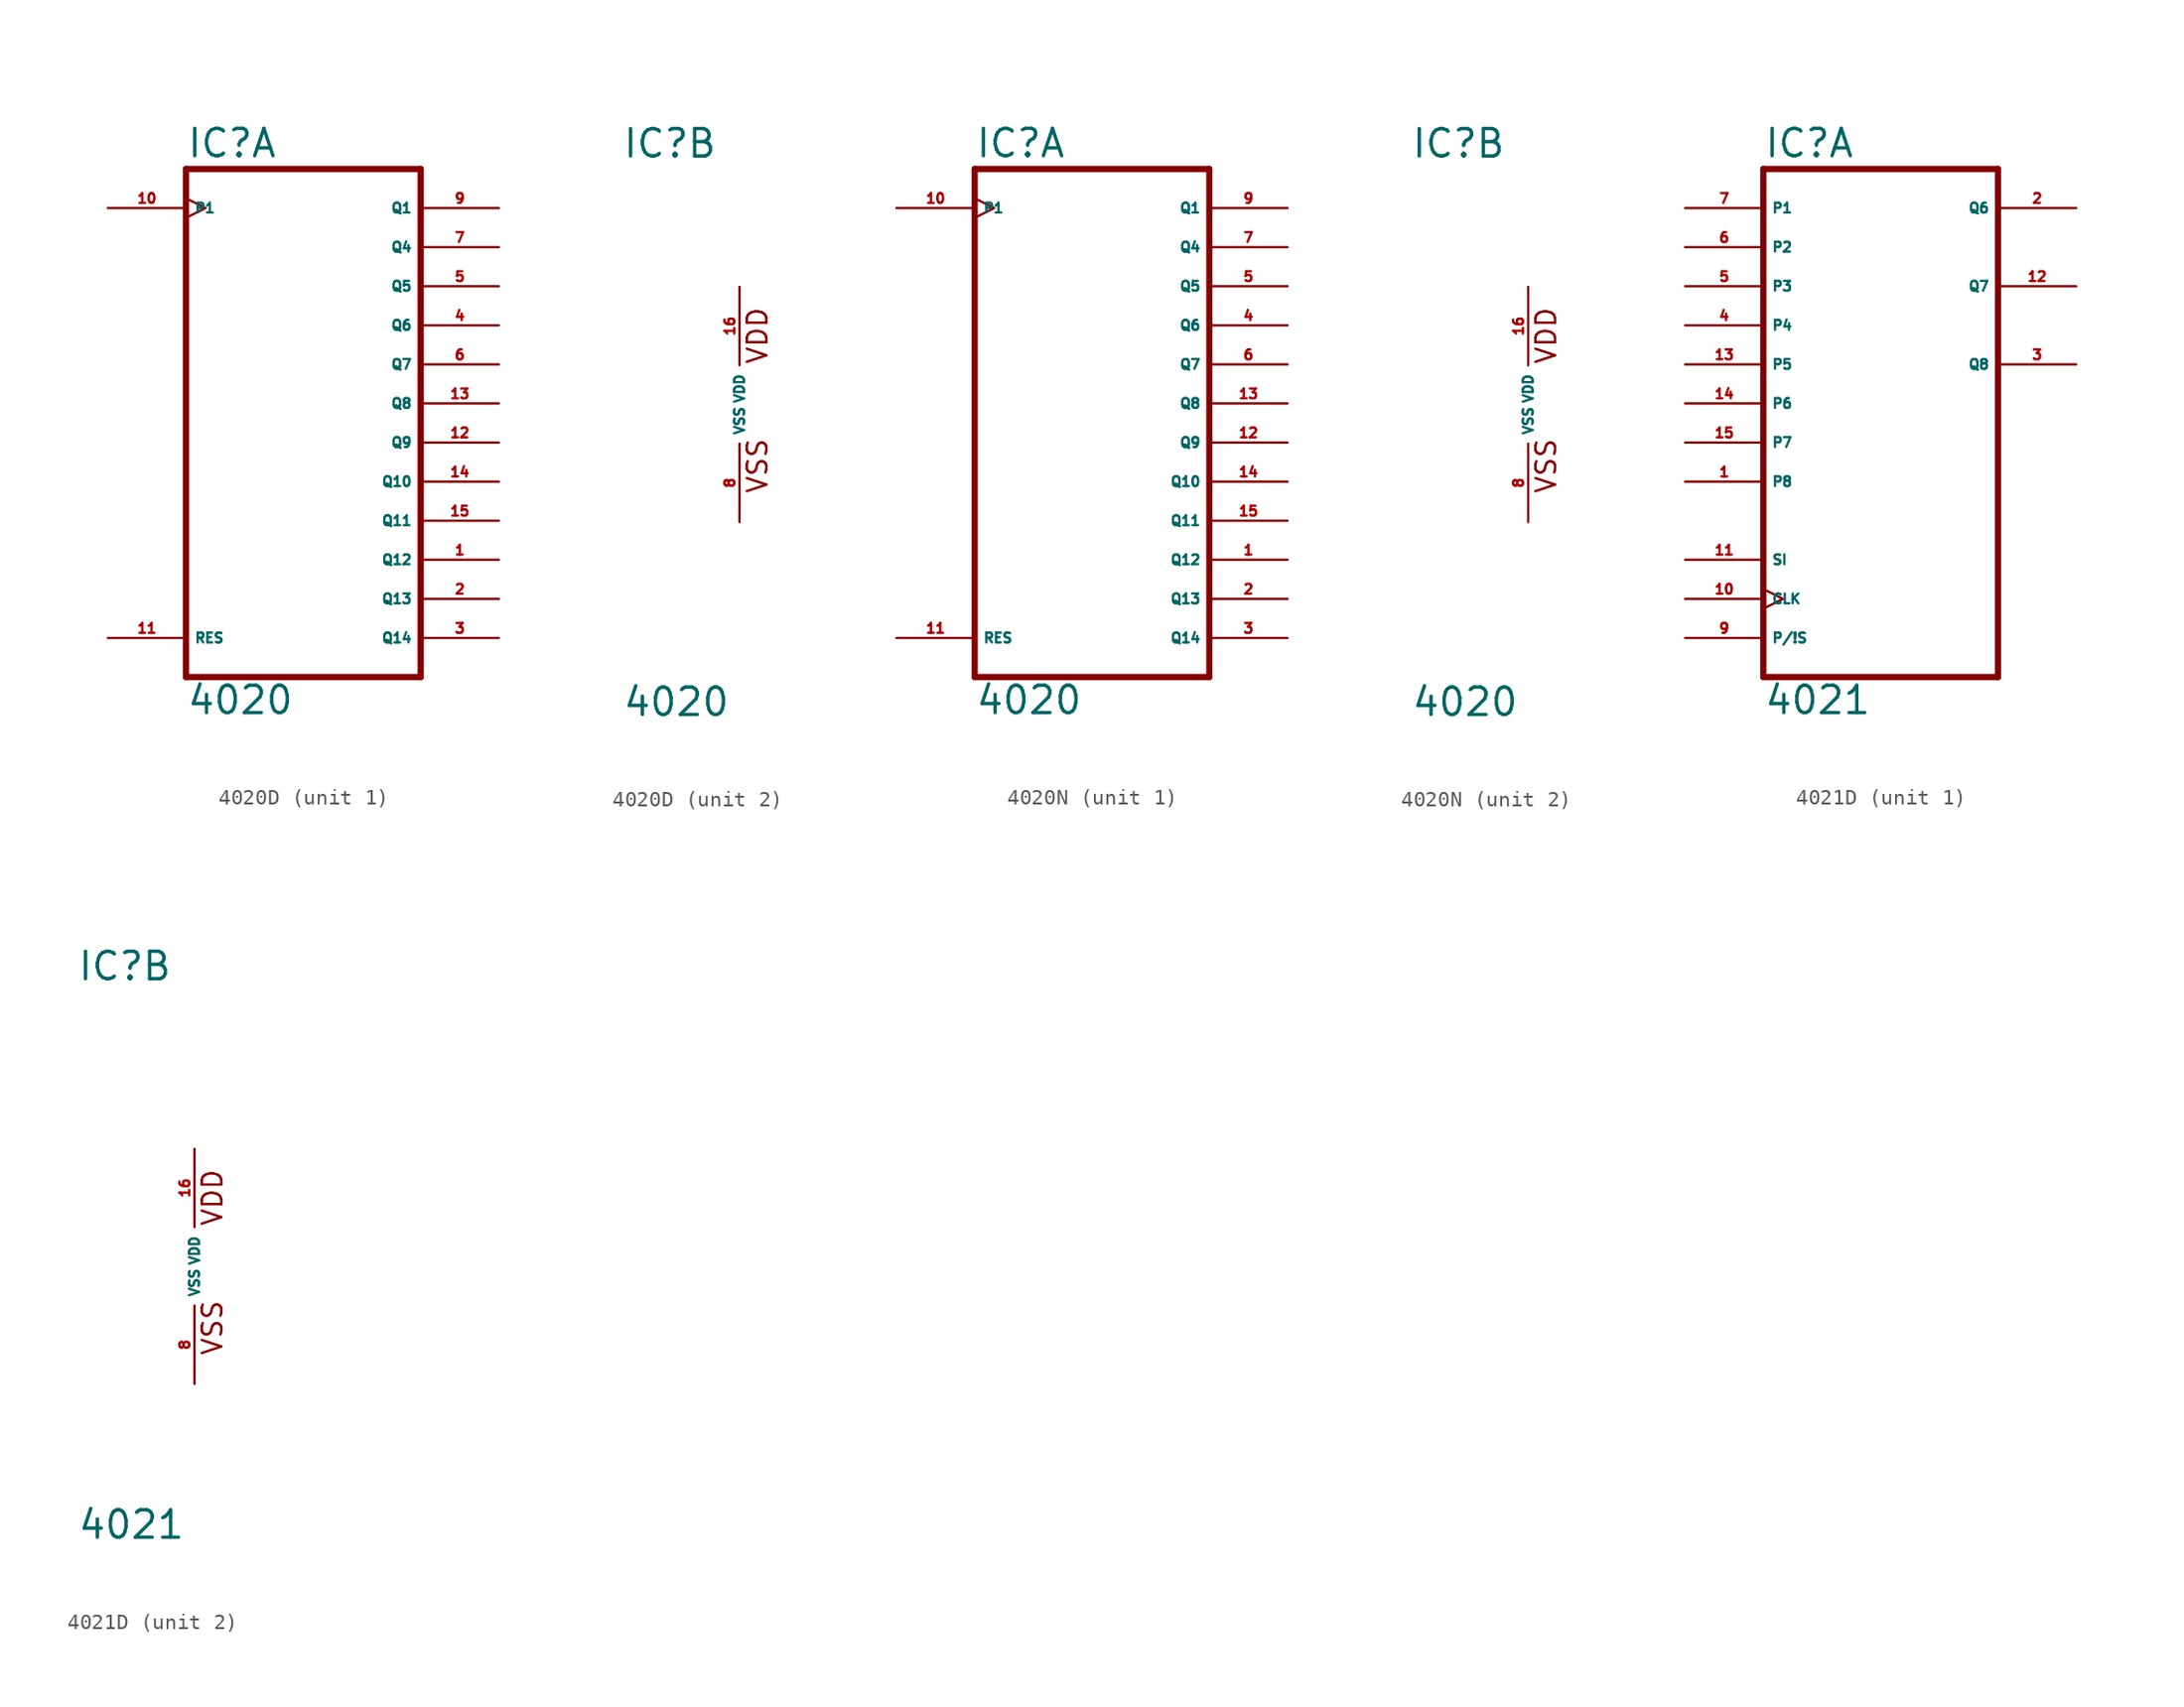
<source format=kicad_sym>
(kicad_symbol_lib
  (version 20220914)
  (generator Eagle2Kicad)
  (symbol "4020D"
    (property "Reference" "IC"
      (at -7.62 15.875 0)
      (effects (font (size 1.778 1.778) (thickness 0.22)) (justify left bottom)))
    (property "Value" "4020"
      (at -7.62 -20.32 0)
      (effects (font (size 1.778 1.778) (thickness 0.22)) (justify left bottom)))
    (symbol "4020D_1_0"
      (polyline (pts (xy -7.62 -17.78) (xy 7.62 -17.78)) (stroke (width 0.406) (type default)) (fill (type none)))
      (polyline (pts (xy 7.62 -17.78) (xy 7.62 15.24)) (stroke (width 0.406) (type default)) (fill (type none)))
      (polyline (pts (xy 7.62 15.24) (xy -7.62 15.24)) (stroke (width 0.406) (type default)) (fill (type none)))
      (polyline (pts (xy -7.62 15.24) (xy -7.62 -17.78)) (stroke (width 0.406) (type default)) (fill (type none)))
      (pin output line (at 12.7 -10.16 180) (length 5.08) (name "Q12" (effects (font (size 0.635 0.635) (thickness 0.08)) (justify left bottom))) (number "1" (effects (font (size 0.635 0.635) (thickness 0.08)) (justify left bottom))))
      (pin output line (at 12.7 -12.7 180) (length 5.08) (name "Q13" (effects (font (size 0.635 0.635) (thickness 0.08)) (justify left bottom))) (number "2" (effects (font (size 0.635 0.635) (thickness 0.08)) (justify left bottom))))
      (pin output line (at 12.7 -15.24 180) (length 5.08) (name "Q14" (effects (font (size 0.635 0.635) (thickness 0.08)) (justify left bottom))) (number "3" (effects (font (size 0.635 0.635) (thickness 0.08)) (justify left bottom))))
      (pin output line (at 12.7 5.08 180) (length 5.08) (name "Q6" (effects (font (size 0.635 0.635) (thickness 0.08)) (justify left bottom))) (number "4" (effects (font (size 0.635 0.635) (thickness 0.08)) (justify left bottom))))
      (pin output line (at 12.7 7.62 180) (length 5.08) (name "Q5" (effects (font (size 0.635 0.635) (thickness 0.08)) (justify left bottom))) (number "5" (effects (font (size 0.635 0.635) (thickness 0.08)) (justify left bottom))))
      (pin output line (at 12.7 2.54 180) (length 5.08) (name "Q7" (effects (font (size 0.635 0.635) (thickness 0.08)) (justify left bottom))) (number "6" (effects (font (size 0.635 0.635) (thickness 0.08)) (justify left bottom))))
      (pin output line (at 12.7 10.16 180) (length 5.08) (name "Q4" (effects (font (size 0.635 0.635) (thickness 0.08)) (justify left bottom))) (number "7" (effects (font (size 0.635 0.635) (thickness 0.08)) (justify left bottom))))
      (pin output line (at 12.7 12.7 180) (length 5.08) (name "Q1" (effects (font (size 0.635 0.635) (thickness 0.08)) (justify left bottom))) (number "9" (effects (font (size 0.635 0.635) (thickness 0.08)) (justify left bottom))))
      (pin input clock (at -12.7 12.7 0) (length 5.08) (name "P1" (effects (font (size 0.635 0.635) (thickness 0.08)) (justify left bottom))) (number "10" (effects (font (size 0.635 0.635) (thickness 0.08)) (justify left bottom))))
      (pin input line (at -12.7 -15.24 0) (length 5.08) (name "RES" (effects (font (size 0.635 0.635) (thickness 0.08)) (justify left bottom))) (number "11" (effects (font (size 0.635 0.635) (thickness 0.08)) (justify left bottom))))
      (pin output line (at 12.7 -2.54 180) (length 5.08) (name "Q9" (effects (font (size 0.635 0.635) (thickness 0.08)) (justify left bottom))) (number "12" (effects (font (size 0.635 0.635) (thickness 0.08)) (justify left bottom))))
      (pin output line (at 12.7 0 180) (length 5.08) (name "Q8" (effects (font (size 0.635 0.635) (thickness 0.08)) (justify left bottom))) (number "13" (effects (font (size 0.635 0.635) (thickness 0.08)) (justify left bottom))))
      (pin output line (at 12.7 -5.08 180) (length 5.08) (name "Q10" (effects (font (size 0.635 0.635) (thickness 0.08)) (justify left bottom))) (number "14" (effects (font (size 0.635 0.635) (thickness 0.08)) (justify left bottom))))
      (pin output line (at 12.7 -7.62 180) (length 5.08) (name "Q11" (effects (font (size 0.635 0.635) (thickness 0.08)) (justify left bottom))) (number "15" (effects (font (size 0.635 0.635) (thickness 0.08)) (justify left bottom)))))
    (symbol "4020D_2_0"
      (text "VDD" (at 1.905 2.54 900) (effects (font (size 1.27 1.27) (thickness 0.16)) (justify left bottom)))
      (text "VSS" (at 1.905 -5.842 900) (effects (font (size 1.27 1.27) (thickness 0.16)) (justify left bottom)))
      (pin unspecified line (at 0 -7.62 90) (length 5.08) (name "VSS" (effects (font (size 0.635 0.635) (thickness 0.08)) (justify left bottom))) (number "8" (effects (font (size 0.635 0.635) (thickness 0.08)) (justify left bottom))))
      (pin unspecified line (at 0 7.62 270) (length 5.08) (name "VDD" (effects (font (size 0.635 0.635) (thickness 0.08)) (justify left bottom))) (number "16" (effects (font (size 0.635 0.635) (thickness 0.08)) (justify left bottom))))))
  (symbol "4020N"
    (property "Reference" "IC"
      (at -7.62 15.875 0)
      (effects (font (size 1.778 1.778) (thickness 0.22)) (justify left bottom)))
    (property "Value" "4020"
      (at -7.62 -20.32 0)
      (effects (font (size 1.778 1.778) (thickness 0.22)) (justify left bottom)))
    (symbol "4020N_1_0"
      (polyline (pts (xy -7.62 -17.78) (xy 7.62 -17.78)) (stroke (width 0.406) (type default)) (fill (type none)))
      (polyline (pts (xy 7.62 -17.78) (xy 7.62 15.24)) (stroke (width 0.406) (type default)) (fill (type none)))
      (polyline (pts (xy 7.62 15.24) (xy -7.62 15.24)) (stroke (width 0.406) (type default)) (fill (type none)))
      (polyline (pts (xy -7.62 15.24) (xy -7.62 -17.78)) (stroke (width 0.406) (type default)) (fill (type none)))
      (pin output line (at 12.7 -10.16 180) (length 5.08) (name "Q12" (effects (font (size 0.635 0.635) (thickness 0.08)) (justify left bottom))) (number "1" (effects (font (size 0.635 0.635) (thickness 0.08)) (justify left bottom))))
      (pin output line (at 12.7 -12.7 180) (length 5.08) (name "Q13" (effects (font (size 0.635 0.635) (thickness 0.08)) (justify left bottom))) (number "2" (effects (font (size 0.635 0.635) (thickness 0.08)) (justify left bottom))))
      (pin output line (at 12.7 -15.24 180) (length 5.08) (name "Q14" (effects (font (size 0.635 0.635) (thickness 0.08)) (justify left bottom))) (number "3" (effects (font (size 0.635 0.635) (thickness 0.08)) (justify left bottom))))
      (pin output line (at 12.7 5.08 180) (length 5.08) (name "Q6" (effects (font (size 0.635 0.635) (thickness 0.08)) (justify left bottom))) (number "4" (effects (font (size 0.635 0.635) (thickness 0.08)) (justify left bottom))))
      (pin output line (at 12.7 7.62 180) (length 5.08) (name "Q5" (effects (font (size 0.635 0.635) (thickness 0.08)) (justify left bottom))) (number "5" (effects (font (size 0.635 0.635) (thickness 0.08)) (justify left bottom))))
      (pin output line (at 12.7 2.54 180) (length 5.08) (name "Q7" (effects (font (size 0.635 0.635) (thickness 0.08)) (justify left bottom))) (number "6" (effects (font (size 0.635 0.635) (thickness 0.08)) (justify left bottom))))
      (pin output line (at 12.7 10.16 180) (length 5.08) (name "Q4" (effects (font (size 0.635 0.635) (thickness 0.08)) (justify left bottom))) (number "7" (effects (font (size 0.635 0.635) (thickness 0.08)) (justify left bottom))))
      (pin output line (at 12.7 12.7 180) (length 5.08) (name "Q1" (effects (font (size 0.635 0.635) (thickness 0.08)) (justify left bottom))) (number "9" (effects (font (size 0.635 0.635) (thickness 0.08)) (justify left bottom))))
      (pin input clock (at -12.7 12.7 0) (length 5.08) (name "P1" (effects (font (size 0.635 0.635) (thickness 0.08)) (justify left bottom))) (number "10" (effects (font (size 0.635 0.635) (thickness 0.08)) (justify left bottom))))
      (pin input line (at -12.7 -15.24 0) (length 5.08) (name "RES" (effects (font (size 0.635 0.635) (thickness 0.08)) (justify left bottom))) (number "11" (effects (font (size 0.635 0.635) (thickness 0.08)) (justify left bottom))))
      (pin output line (at 12.7 -2.54 180) (length 5.08) (name "Q9" (effects (font (size 0.635 0.635) (thickness 0.08)) (justify left bottom))) (number "12" (effects (font (size 0.635 0.635) (thickness 0.08)) (justify left bottom))))
      (pin output line (at 12.7 0 180) (length 5.08) (name "Q8" (effects (font (size 0.635 0.635) (thickness 0.08)) (justify left bottom))) (number "13" (effects (font (size 0.635 0.635) (thickness 0.08)) (justify left bottom))))
      (pin output line (at 12.7 -5.08 180) (length 5.08) (name "Q10" (effects (font (size 0.635 0.635) (thickness 0.08)) (justify left bottom))) (number "14" (effects (font (size 0.635 0.635) (thickness 0.08)) (justify left bottom))))
      (pin output line (at 12.7 -7.62 180) (length 5.08) (name "Q11" (effects (font (size 0.635 0.635) (thickness 0.08)) (justify left bottom))) (number "15" (effects (font (size 0.635 0.635) (thickness 0.08)) (justify left bottom)))))
    (symbol "4020N_2_0"
      (text "VDD" (at 1.905 2.54 900) (effects (font (size 1.27 1.27) (thickness 0.16)) (justify left bottom)))
      (text "VSS" (at 1.905 -5.842 900) (effects (font (size 1.27 1.27) (thickness 0.16)) (justify left bottom)))
      (pin unspecified line (at 0 -7.62 90) (length 5.08) (name "VSS" (effects (font (size 0.635 0.635) (thickness 0.08)) (justify left bottom))) (number "8" (effects (font (size 0.635 0.635) (thickness 0.08)) (justify left bottom))))
      (pin unspecified line (at 0 7.62 270) (length 5.08) (name "VDD" (effects (font (size 0.635 0.635) (thickness 0.08)) (justify left bottom))) (number "16" (effects (font (size 0.635 0.635) (thickness 0.08)) (justify left bottom))))))
  (symbol "4021D"
    (property "Reference" "IC"
      (at -7.62 18.415 0)
      (effects (font (size 1.778 1.778) (thickness 0.22)) (justify left bottom)))
    (property "Value" "4021"
      (at -7.62 -17.78 0)
      (effects (font (size 1.778 1.778) (thickness 0.22)) (justify left bottom)))
    (symbol "4021D_1_0"
      (polyline (pts (xy -7.62 -15.24) (xy 7.62 -15.24)) (stroke (width 0.406) (type default)) (fill (type none)))
      (polyline (pts (xy 7.62 -15.24) (xy 7.62 17.78)) (stroke (width 0.406) (type default)) (fill (type none)))
      (polyline (pts (xy 7.62 17.78) (xy -7.62 17.78)) (stroke (width 0.406) (type default)) (fill (type none)))
      (polyline (pts (xy -7.62 17.78) (xy -7.62 -15.24)) (stroke (width 0.406) (type default)) (fill (type none)))
      (pin input line (at -12.7 15.24 0) (length 5.08) (name "P1" (effects (font (size 0.635 0.635) (thickness 0.08)) (justify left bottom))) (number "7" (effects (font (size 0.635 0.635) (thickness 0.08)) (justify left bottom))))
      (pin input line (at -12.7 12.7 0) (length 5.08) (name "P2" (effects (font (size 0.635 0.635) (thickness 0.08)) (justify left bottom))) (number "6" (effects (font (size 0.635 0.635) (thickness 0.08)) (justify left bottom))))
      (pin input line (at -12.7 10.16 0) (length 5.08) (name "P3" (effects (font (size 0.635 0.635) (thickness 0.08)) (justify left bottom))) (number "5" (effects (font (size 0.635 0.635) (thickness 0.08)) (justify left bottom))))
      (pin input line (at -12.7 7.62 0) (length 5.08) (name "P4" (effects (font (size 0.635 0.635) (thickness 0.08)) (justify left bottom))) (number "4" (effects (font (size 0.635 0.635) (thickness 0.08)) (justify left bottom))))
      (pin input line (at -12.7 5.08 0) (length 5.08) (name "P5" (effects (font (size 0.635 0.635) (thickness 0.08)) (justify left bottom))) (number "13" (effects (font (size 0.635 0.635) (thickness 0.08)) (justify left bottom))))
      (pin input line (at -12.7 2.54 0) (length 5.08) (name "P6" (effects (font (size 0.635 0.635) (thickness 0.08)) (justify left bottom))) (number "14" (effects (font (size 0.635 0.635) (thickness 0.08)) (justify left bottom))))
      (pin input line (at -12.7 0 0) (length 5.08) (name "P7" (effects (font (size 0.635 0.635) (thickness 0.08)) (justify left bottom))) (number "15" (effects (font (size 0.635 0.635) (thickness 0.08)) (justify left bottom))))
      (pin input line (at -12.7 -2.54 0) (length 5.08) (name "P8" (effects (font (size 0.635 0.635) (thickness 0.08)) (justify left bottom))) (number "1" (effects (font (size 0.635 0.635) (thickness 0.08)) (justify left bottom))))
      (pin output line (at 12.7 15.24 180) (length 5.08) (name "Q6" (effects (font (size 0.635 0.635) (thickness 0.08)) (justify left bottom))) (number "2" (effects (font (size 0.635 0.635) (thickness 0.08)) (justify left bottom))))
      (pin output line (at 12.7 10.16 180) (length 5.08) (name "Q7" (effects (font (size 0.635 0.635) (thickness 0.08)) (justify left bottom))) (number "12" (effects (font (size 0.635 0.635) (thickness 0.08)) (justify left bottom))))
      (pin output line (at 12.7 5.08 180) (length 5.08) (name "Q8" (effects (font (size 0.635 0.635) (thickness 0.08)) (justify left bottom))) (number "3" (effects (font (size 0.635 0.635) (thickness 0.08)) (justify left bottom))))
      (pin input clock (at -12.7 -10.16 0) (length 5.08) (name "CLK" (effects (font (size 0.635 0.635) (thickness 0.08)) (justify left bottom))) (number "10" (effects (font (size 0.635 0.635) (thickness 0.08)) (justify left bottom))))
      (pin input line (at -12.7 -7.62 0) (length 5.08) (name "SI" (effects (font (size 0.635 0.635) (thickness 0.08)) (justify left bottom))) (number "11" (effects (font (size 0.635 0.635) (thickness 0.08)) (justify left bottom))))
      (pin input line (at -12.7 -12.7 0) (length 5.08) (name "P/!S" (effects (font (size 0.635 0.635) (thickness 0.08)) (justify left bottom))) (number "9" (effects (font (size 0.635 0.635) (thickness 0.08)) (justify left bottom)))))
    (symbol "4021D_2_0"
      (text "VDD" (at 1.905 2.54 900) (effects (font (size 1.27 1.27) (thickness 0.16)) (justify left bottom)))
      (text "VSS" (at 1.905 -5.842 900) (effects (font (size 1.27 1.27) (thickness 0.16)) (justify left bottom)))
      (pin unspecified line (at 0 -7.62 90) (length 5.08) (name "VSS" (effects (font (size 0.635 0.635) (thickness 0.08)) (justify left bottom))) (number "8" (effects (font (size 0.635 0.635) (thickness 0.08)) (justify left bottom))))
      (pin unspecified line (at 0 7.62 270) (length 5.08) (name "VDD" (effects (font (size 0.635 0.635) (thickness 0.08)) (justify left bottom))) (number "16" (effects (font (size 0.635 0.635) (thickness 0.08)) (justify left bottom)))))))
</source>
